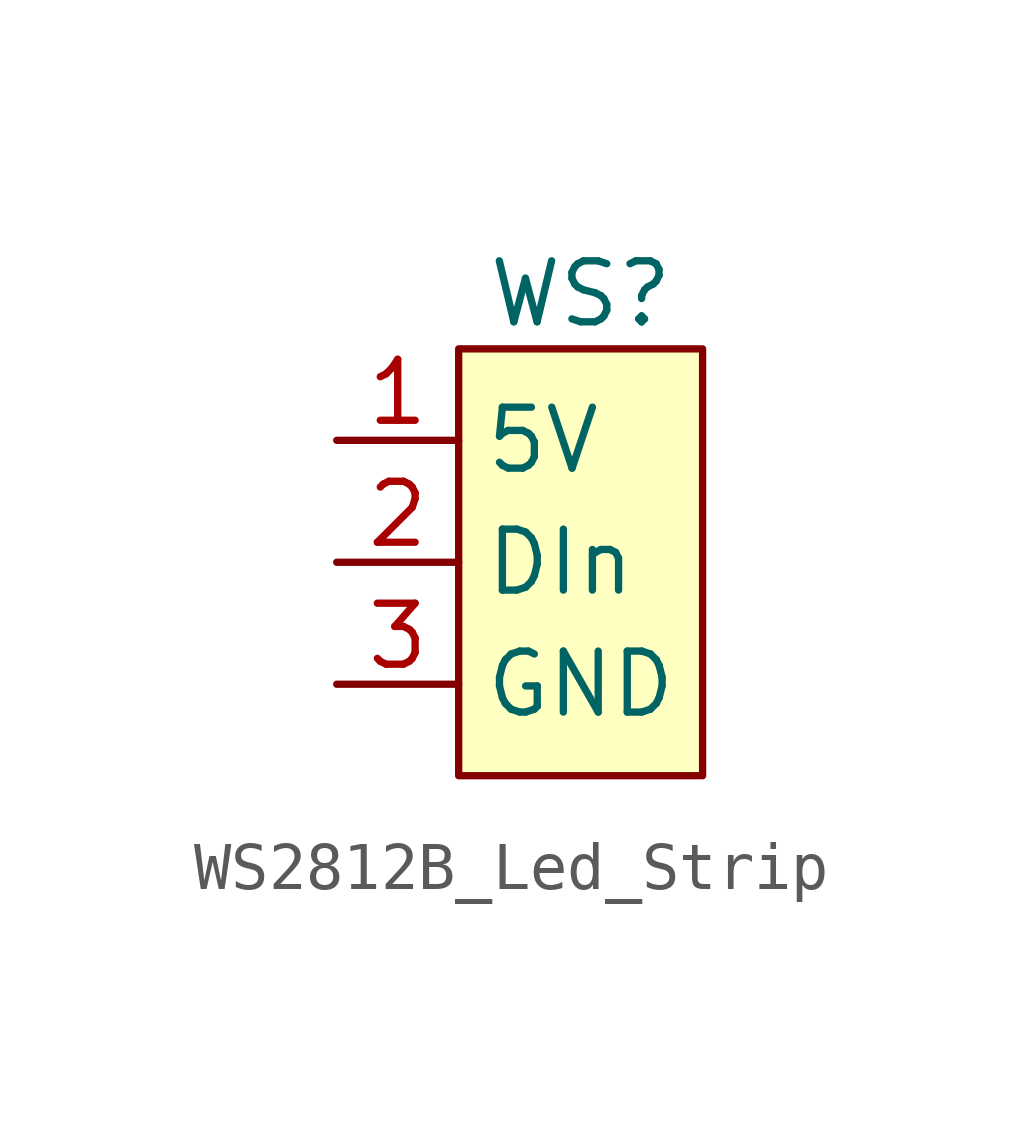
<source format=kicad_sym>
(kicad_symbol_lib
  (version 20231120)
  (generator "kicad_symbol_editor")
  (generator_version "8.0")
  (symbol "WS2812B_Led_Strip"
    (property "Reference" "WS"
      (at 0 5.588 0)
      (effects (font (size 1.27 1.27))))
    (property "Value" ""
      (at -2.54 -1.27 90)
      (effects (font (size 1.27 1.27))))
    (symbol "WS2812B_Led_Strip_1_1"
      (rectangle (start -2.54 4.445) (end 2.54 -4.445) (stroke (width 0) (type default)) (fill (type background)))
      (pin power_in line (at -5.08 2.54 0) (length 2.54) (name "5V" (effects (font (size 1.27 1.27)))) (number "1" (effects (font (size 1.27 1.27)))))
      (pin input line (at -5.08 0 0) (length 2.54) (name "DIn" (effects (font (size 1.27 1.27)))) (number "2" (effects (font (size 1.27 1.27)))))
      (pin power_in line (at -5.08 -2.54 0) (length 2.54) (name "GND" (effects (font (size 1.27 1.27)))) (number "3" (effects (font (size 1.27 1.27))))))))
</source>
